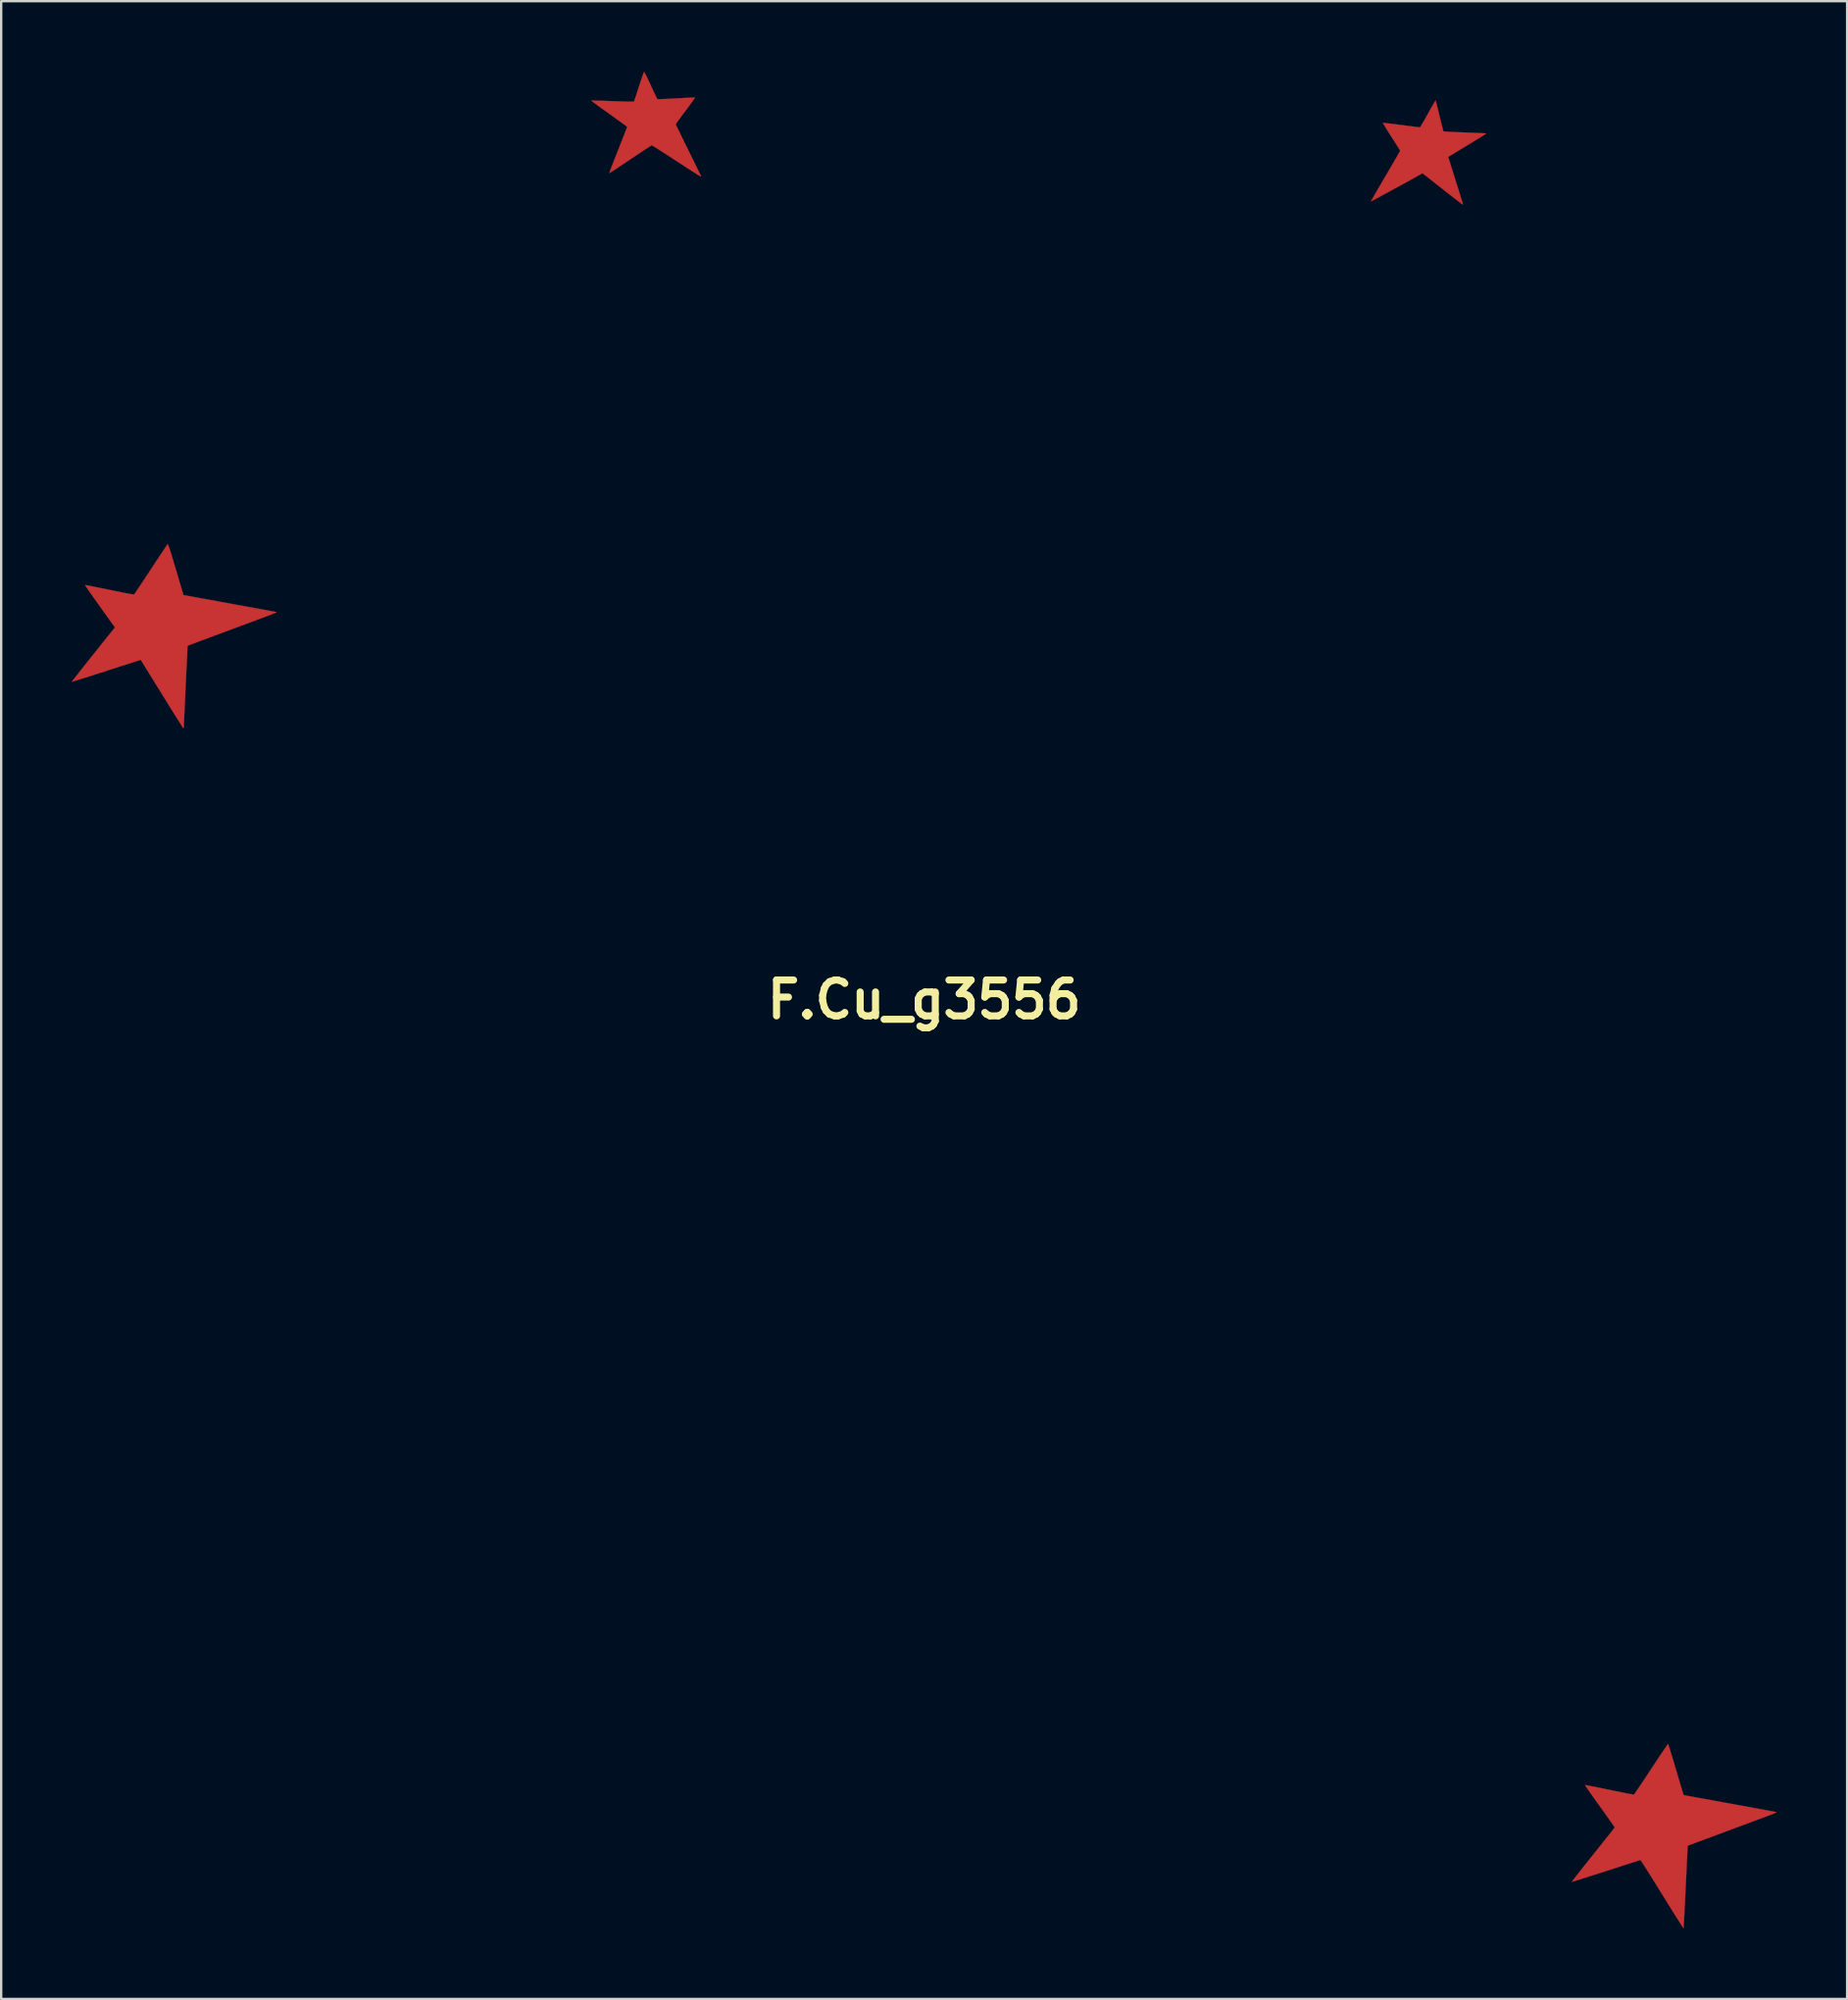
<source format=kicad_pcb>
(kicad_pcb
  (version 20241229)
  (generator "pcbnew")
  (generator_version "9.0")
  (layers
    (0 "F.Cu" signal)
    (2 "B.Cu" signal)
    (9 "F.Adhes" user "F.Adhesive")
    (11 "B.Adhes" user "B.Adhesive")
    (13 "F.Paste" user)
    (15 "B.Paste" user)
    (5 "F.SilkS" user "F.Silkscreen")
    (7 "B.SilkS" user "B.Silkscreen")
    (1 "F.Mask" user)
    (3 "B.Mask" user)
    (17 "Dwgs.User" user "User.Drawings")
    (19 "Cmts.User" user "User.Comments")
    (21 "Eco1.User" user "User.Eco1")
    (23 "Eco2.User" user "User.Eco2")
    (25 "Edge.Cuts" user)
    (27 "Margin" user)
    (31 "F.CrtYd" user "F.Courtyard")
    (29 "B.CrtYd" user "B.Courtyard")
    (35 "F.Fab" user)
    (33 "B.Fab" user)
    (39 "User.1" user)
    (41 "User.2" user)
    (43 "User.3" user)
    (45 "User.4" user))
  (footprint "F.Cu_g3556"
    (layer "F.Cu")
    (at 36.239 39.446)
    (property "Reference" "F.Cu_g3556" (at 0 0 0) (layer "F.SilkS") (effects (font (size 1.524 1.524) (thickness 0.3))))
    (attr through_hole)
    (fp_poly (pts (xy -32.157 -19.36) (xy -32.144 -19.34) (xy -32.126 -19.298) (xy -32.103 -19.232) (xy -32.072 -19.14) (xy -32.033 -19.019) (xy -31.986 -18.866) (xy -31.93 -18.679) (xy -31.863 -18.456) (xy -31.815 -18.294) (xy -31.49 -17.198) (xy -29.519 -16.84) (xy -29.236 -16.788) (xy -28.965 -16.739) (xy -28.709 -16.692) (xy -28.471 -16.649) (xy -28.253 -16.609) (xy -28.059 -16.573) (xy -27.891 -16.542) (xy -27.753 -16.516) (xy -27.647 -16.496) (xy -27.575 -16.482) (xy -27.542 -16.475) (xy -27.54 -16.475) (xy -27.541 -16.457) (xy -27.562 -16.448) (xy -27.62 -16.426) (xy -27.712 -16.391) (xy -27.835 -16.344) (xy -27.987 -16.287) (xy -28.165 -16.221) (xy -28.365 -16.146) (xy -28.586 -16.063) (xy -28.824 -15.974) (xy -29.077 -15.88) (xy -29.341 -15.782) (xy -29.381 -15.767) (xy -29.648 -15.668) (xy -29.905 -15.573) (xy -30.148 -15.482) (xy -30.374 -15.398) (xy -30.582 -15.32) (xy -30.767 -15.251) (xy -30.928 -15.191) (xy -31.06 -15.141) (xy -31.162 -15.102) (xy -31.23 -15.076) (xy -31.262 -15.064) (xy -31.263 -15.063) (xy -31.316 -15.038) (xy -31.394 -13.398) (xy -31.407 -13.136) (xy -31.418 -12.883) (xy -31.43 -12.645) (xy -31.44 -12.423) (xy -31.449 -12.222) (xy -31.457 -12.045) (xy -31.464 -11.896) (xy -31.469 -11.778) (xy -31.472 -11.695) (xy -31.473 -11.65) (xy -31.474 -11.647) (xy -31.477 -11.585) (xy -31.484 -11.545) (xy -31.491 -11.536) (xy -31.504 -11.554) (xy -31.538 -11.605) (xy -31.591 -11.687) (xy -31.66 -11.797) (xy -31.746 -11.932) (xy -31.845 -12.089) (xy -31.956 -12.267) (xy -32.077 -12.461) (xy -32.207 -12.671) (xy -32.344 -12.892) (xy -32.407 -12.993) (xy -33.307 -14.448) (xy -34.765 -13.977) (xy -35.004 -13.9) (xy -35.231 -13.827) (xy -35.442 -13.759) (xy -35.636 -13.698) (xy -35.808 -13.644) (xy -35.955 -13.597) (xy -36.074 -13.561) (xy -36.163 -13.534) (xy -36.217 -13.518) (xy -36.234 -13.515) (xy -36.222 -13.532) (xy -36.186 -13.58) (xy -36.128 -13.656) (xy -36.05 -13.756) (xy -35.954 -13.879) (xy -35.841 -14.022) (xy -35.715 -14.181) (xy -35.577 -14.355) (xy -35.429 -14.541) (xy -35.323 -14.674) (xy -34.402 -15.824) (xy -35.045 -16.722) (xy -35.168 -16.895) (xy -35.283 -17.056) (xy -35.387 -17.204) (xy -35.478 -17.335) (xy -35.554 -17.445) (xy -35.613 -17.532) (xy -35.652 -17.593) (xy -35.67 -17.623) (xy -35.671 -17.627) (xy -35.647 -17.624) (xy -35.586 -17.613) (xy -35.492 -17.595) (xy -35.368 -17.571) (xy -35.219 -17.541) (xy -35.049 -17.506) (xy -34.861 -17.468) (xy -34.661 -17.427) (xy -34.629 -17.42) (xy -34.388 -17.37) (xy -34.185 -17.329) (xy -34.018 -17.296) (xy -33.883 -17.27) (xy -33.777 -17.251) (xy -33.697 -17.238) (xy -33.64 -17.231) (xy -33.603 -17.229) (xy -33.583 -17.232) (xy -33.578 -17.235) (xy -33.562 -17.257) (xy -33.525 -17.311) (xy -33.469 -17.395) (xy -33.396 -17.504) (xy -33.309 -17.635) (xy -33.209 -17.787) (xy -33.098 -17.954) (xy -32.979 -18.134) (xy -32.871 -18.299) (xy -32.747 -18.488) (xy -32.629 -18.666) (xy -32.52 -18.832) (xy -32.422 -18.98) (xy -32.336 -19.109) (xy -32.265 -19.215) (xy -32.212 -19.295) (xy -32.178 -19.345) (xy -32.165 -19.362) (xy -32.157 -19.36)) (stroke (width 0.01) (type solid)) (fill yes) (layer "F.Cu"))
    (fp_poly (pts (xy 21.747 -38.207) (xy 21.762 -38.151) (xy 21.786 -38.064) (xy 21.815 -37.95) (xy 21.848 -37.814) (xy 21.885 -37.662) (xy 21.906 -37.576) (xy 21.945 -37.416) (xy 21.98 -37.27) (xy 22.012 -37.142) (xy 22.039 -37.037) (xy 22.059 -36.961) (xy 22.072 -36.919) (xy 22.075 -36.911) (xy 22.098 -36.908) (xy 22.159 -36.903) (xy 22.253 -36.897) (xy 22.377 -36.89) (xy 22.525 -36.883) (xy 22.693 -36.876) (xy 22.877 -36.868) (xy 22.985 -36.864) (xy 23.176 -36.857) (xy 23.353 -36.85) (xy 23.512 -36.843) (xy 23.649 -36.837) (xy 23.76 -36.831) (xy 23.839 -36.827) (xy 23.883 -36.823) (xy 23.891 -36.822) (xy 23.876 -36.809) (xy 23.828 -36.778) (xy 23.753 -36.729) (xy 23.655 -36.667) (xy 23.537 -36.594) (xy 23.404 -36.512) (xy 23.332 -36.468) (xy 23.178 -36.374) (xy 23.022 -36.28) (xy 22.873 -36.189) (xy 22.737 -36.106) (xy 22.621 -36.035) (xy 22.533 -35.982) (xy 22.52 -35.974) (xy 22.276 -35.825) (xy 22.589 -34.83) (xy 22.651 -34.633) (xy 22.708 -34.449) (xy 22.761 -34.28) (xy 22.807 -34.132) (xy 22.845 -34.008) (xy 22.875 -33.912) (xy 22.894 -33.848) (xy 22.902 -33.82) (xy 22.902 -33.819) (xy 22.887 -33.805) (xy 22.886 -33.805) (xy 22.867 -33.818) (xy 22.818 -33.855) (xy 22.742 -33.913) (xy 22.642 -33.99) (xy 22.522 -34.083) (xy 22.384 -34.19) (xy 22.233 -34.308) (xy 22.071 -34.435) (xy 22.027 -34.47) (xy 21.183 -35.133) (xy 21.117 -35.094) (xy 21.045 -35.054) (xy 20.947 -34.999) (xy 20.826 -34.932) (xy 20.687 -34.855) (xy 20.533 -34.77) (xy 20.368 -34.679) (xy 20.197 -34.586) (xy 20.023 -34.491) (xy 19.85 -34.396) (xy 19.683 -34.305) (xy 19.525 -34.22) (xy 19.381 -34.141) (xy 19.253 -34.072) (xy 19.147 -34.015) (xy 19.066 -33.972) (xy 19.013 -33.945) (xy 18.995 -33.936) (xy 18.995 -33.936) (xy 19.004 -33.955) (xy 19.032 -34.008) (xy 19.079 -34.09) (xy 19.141 -34.199) (xy 19.217 -34.332) (xy 19.306 -34.485) (xy 19.405 -34.655) (xy 19.513 -34.839) (xy 19.611 -35.007) (xy 19.725 -35.201) (xy 19.832 -35.384) (xy 19.93 -35.553) (xy 20.018 -35.704) (xy 20.094 -35.835) (xy 20.155 -35.942) (xy 20.2 -36.022) (xy 20.228 -36.071) (xy 20.235 -36.087) (xy 20.224 -36.108) (xy 20.193 -36.161) (xy 20.144 -36.24) (xy 20.08 -36.342) (xy 20.004 -36.461) (xy 19.919 -36.595) (xy 19.864 -36.681) (xy 19.775 -36.821) (xy 19.694 -36.949) (xy 19.624 -37.061) (xy 19.568 -37.154) (xy 19.527 -37.222) (xy 19.506 -37.261) (xy 19.504 -37.27) (xy 19.527 -37.27) (xy 19.587 -37.265) (xy 19.679 -37.255) (xy 19.8 -37.241) (xy 19.943 -37.224) (xy 20.105 -37.204) (xy 20.28 -37.182) (xy 20.283 -37.182) (xy 20.459 -37.159) (xy 20.622 -37.138) (xy 20.767 -37.12) (xy 20.89 -37.105) (xy 20.985 -37.093) (xy 21.048 -37.086) (xy 21.074 -37.083) (xy 21.074 -37.083) (xy 21.09 -37.101) (xy 21.123 -37.152) (xy 21.171 -37.231) (xy 21.231 -37.334) (xy 21.301 -37.456) (xy 21.378 -37.592) (xy 21.413 -37.655) (xy 21.491 -37.797) (xy 21.563 -37.925) (xy 21.626 -38.037) (xy 21.677 -38.127) (xy 21.715 -38.19) (xy 21.736 -38.223) (xy 21.739 -38.227) (xy 21.747 -38.207)) (stroke (width 0.01) (type solid)) (fill yes) (layer "F.Cu"))
    (fp_poly (pts (xy -11.892 -39.422) (xy -11.863 -39.369) (xy -11.822 -39.287) (xy -11.77 -39.18) (xy -11.711 -39.055) (xy -11.645 -38.915) (xy -11.624 -38.87) (xy -11.558 -38.725) (xy -11.496 -38.593) (xy -11.442 -38.478) (xy -11.398 -38.385) (xy -11.366 -38.32) (xy -11.348 -38.287) (xy -11.346 -38.284) (xy -11.322 -38.281) (xy -11.26 -38.281) (xy -11.166 -38.283) (xy -11.044 -38.287) (xy -10.898 -38.293) (xy -10.734 -38.301) (xy -10.556 -38.311) (xy -10.542 -38.312) (xy -10.364 -38.322) (xy -10.199 -38.331) (xy -10.053 -38.338) (xy -9.929 -38.343) (xy -9.833 -38.347) (xy -9.77 -38.348) (xy -9.744 -38.347) (xy -9.744 -38.347) (xy -9.753 -38.328) (xy -9.786 -38.28) (xy -9.838 -38.206) (xy -9.907 -38.11) (xy -9.99 -37.997) (xy -10.084 -37.87) (xy -10.148 -37.785) (xy -10.248 -37.651) (xy -10.339 -37.528) (xy -10.419 -37.419) (xy -10.484 -37.33) (xy -10.531 -37.263) (xy -10.557 -37.223) (xy -10.562 -37.214) (xy -10.553 -37.192) (xy -10.527 -37.136) (xy -10.485 -37.048) (xy -10.43 -36.933) (xy -10.362 -36.793) (xy -10.284 -36.633) (xy -10.197 -36.455) (xy -10.103 -36.263) (xy -10.022 -36.1) (xy -9.924 -35.9) (xy -9.831 -35.711) (xy -9.746 -35.537) (xy -9.669 -35.382) (xy -9.604 -35.248) (xy -9.551 -35.139) (xy -9.512 -35.059) (xy -9.489 -35.01) (xy -9.483 -34.997) (xy -9.486 -34.993) (xy -9.496 -34.995) (xy -9.517 -35.004) (xy -9.551 -35.023) (xy -9.6 -35.052) (xy -9.668 -35.094) (xy -9.756 -35.149) (xy -9.867 -35.22) (xy -10.003 -35.309) (xy -10.168 -35.416) (xy -10.364 -35.543) (xy -10.537 -35.656) (xy -10.724 -35.778) (xy -10.901 -35.892) (xy -11.065 -35.998) (xy -11.212 -36.092) (xy -11.338 -36.173) (xy -11.442 -36.238) (xy -11.519 -36.286) (xy -11.566 -36.315) (xy -11.581 -36.322) (xy -11.602 -36.311) (xy -11.655 -36.278) (xy -11.736 -36.225) (xy -11.842 -36.156) (xy -11.97 -36.072) (xy -12.115 -35.976) (xy -12.275 -35.869) (xy -12.447 -35.754) (xy -12.489 -35.725) (xy -12.662 -35.609) (xy -12.825 -35.501) (xy -12.973 -35.403) (xy -13.103 -35.317) (xy -13.213 -35.245) (xy -13.299 -35.19) (xy -13.357 -35.154) (xy -13.385 -35.139) (xy -13.386 -35.138) (xy -13.38 -35.159) (xy -13.36 -35.216) (xy -13.328 -35.304) (xy -13.283 -35.42) (xy -13.229 -35.56) (xy -13.167 -35.721) (xy -13.097 -35.898) (xy -13.022 -36.088) (xy -13.008 -36.121) (xy -12.932 -36.313) (xy -12.861 -36.493) (xy -12.797 -36.657) (xy -12.741 -36.802) (xy -12.695 -36.923) (xy -12.66 -37.017) (xy -12.637 -37.079) (xy -12.629 -37.107) (xy -12.629 -37.108) (xy -12.647 -37.123) (xy -12.696 -37.16) (xy -12.773 -37.216) (xy -12.874 -37.289) (xy -12.995 -37.377) (xy -13.133 -37.476) (xy -13.284 -37.584) (xy -13.399 -37.667) (xy -13.557 -37.78) (xy -13.704 -37.886) (xy -13.836 -37.981) (xy -13.949 -38.064) (xy -14.041 -38.132) (xy -14.107 -38.182) (xy -14.145 -38.213) (xy -14.153 -38.22) (xy -14.13 -38.222) (xy -14.07 -38.221) (xy -13.976 -38.219) (xy -13.853 -38.216) (xy -13.706 -38.212) (xy -13.538 -38.206) (xy -13.355 -38.2) (xy -13.249 -38.196) (xy -13.059 -38.189) (xy -12.881 -38.183) (xy -12.721 -38.179) (xy -12.583 -38.176) (xy -12.472 -38.175) (xy -12.392 -38.175) (xy -12.347 -38.177) (xy -12.339 -38.178) (xy -12.329 -38.202) (xy -12.308 -38.261) (xy -12.277 -38.35) (xy -12.239 -38.465) (xy -12.194 -38.6) (xy -12.146 -38.75) (xy -12.123 -38.82) (xy -12.074 -38.974) (xy -12.027 -39.114) (xy -11.986 -39.235) (xy -11.951 -39.332) (xy -11.925 -39.401) (xy -11.908 -39.437) (xy -11.905 -39.441) (xy -11.892 -39.422)) (stroke (width 0.01) (type solid)) (fill yes) (layer "F.Cu"))
    (fp_poly (pts (xy 31.626 31.641) (xy 31.635 31.664) (xy 31.654 31.723) (xy 31.683 31.815) (xy 31.72 31.936) (xy 31.765 32.083) (xy 31.816 32.251) (xy 31.872 32.438) (xy 31.932 32.638) (xy 31.959 32.732) (xy 32.02 32.937) (xy 32.078 33.13) (xy 32.13 33.306) (xy 32.177 33.462) (xy 32.216 33.594) (xy 32.248 33.698) (xy 32.27 33.771) (xy 32.282 33.809) (xy 32.284 33.814) (xy 32.305 33.818) (xy 32.365 33.83) (xy 32.461 33.848) (xy 32.59 33.871) (xy 32.749 33.901) (xy 32.935 33.935) (xy 33.145 33.973) (xy 33.377 34.015) (xy 33.627 34.061) (xy 33.893 34.109) (xy 34.171 34.16) (xy 34.237 34.172) (xy 34.519 34.223) (xy 34.789 34.272) (xy 35.045 34.319) (xy 35.283 34.363) (xy 35.501 34.403) (xy 35.695 34.439) (xy 35.863 34.47) (xy 36.002 34.496) (xy 36.109 34.516) (xy 36.181 34.53) (xy 36.214 34.537) (xy 36.216 34.537) (xy 36.223 34.54) (xy 36.229 34.542) (xy 36.23 34.546) (xy 36.225 34.551) (xy 36.212 34.559) (xy 36.187 34.571) (xy 36.15 34.587) (xy 36.098 34.608) (xy 36.028 34.635) (xy 35.938 34.67) (xy 35.826 34.712) (xy 35.69 34.763) (xy 35.527 34.824) (xy 35.336 34.896) (xy 35.114 34.978) (xy 34.859 35.073) (xy 34.568 35.181) (xy 34.28 35.288) (xy 34.015 35.387) (xy 33.762 35.481) (xy 33.522 35.57) (xy 33.3 35.653) (xy 33.098 35.728) (xy 32.918 35.795) (xy 32.764 35.853) (xy 32.638 35.9) (xy 32.543 35.936) (xy 32.482 35.959) (xy 32.458 35.968) (xy 32.457 35.968) (xy 32.456 35.99) (xy 32.452 36.05) (xy 32.448 36.147) (xy 32.441 36.276) (xy 32.433 36.435) (xy 32.424 36.621) (xy 32.414 36.831) (xy 32.404 37.061) (xy 32.392 37.308) (xy 32.38 37.57) (xy 32.372 37.724) (xy 32.36 37.992) (xy 32.348 38.248) (xy 32.336 38.488) (xy 32.325 38.709) (xy 32.314 38.909) (xy 32.305 39.083) (xy 32.296 39.229) (xy 32.289 39.345) (xy 32.284 39.425) (xy 32.28 39.469) (xy 32.279 39.476) (xy 32.266 39.458) (xy 32.232 39.407) (xy 32.18 39.326) (xy 32.111 39.216) (xy 32.026 39.082) (xy 31.927 38.924) (xy 31.816 38.747) (xy 31.695 38.553) (xy 31.565 38.344) (xy 31.428 38.123) (xy 31.368 38.026) (xy 31.228 37.801) (xy 31.095 37.586) (xy 30.969 37.385) (xy 30.853 37.201) (xy 30.748 37.034) (xy 30.657 36.89) (xy 30.58 36.769) (xy 30.519 36.675) (xy 30.477 36.611) (xy 30.454 36.579) (xy 30.451 36.576) (xy 30.428 36.582) (xy 30.368 36.601) (xy 30.275 36.63) (xy 30.151 36.669) (xy 29.999 36.718) (xy 29.824 36.774) (xy 29.628 36.837) (xy 29.414 36.906) (xy 29.186 36.979) (xy 28.991 37.042) (xy 28.754 37.119) (xy 28.529 37.191) (xy 28.318 37.259) (xy 28.126 37.32) (xy 27.955 37.374) (xy 27.809 37.42) (xy 27.69 37.457) (xy 27.603 37.484) (xy 27.551 37.499) (xy 27.535 37.502) (xy 27.546 37.485) (xy 27.581 37.438) (xy 27.638 37.363) (xy 27.715 37.263) (xy 27.811 37.141) (xy 27.922 36.999) (xy 28.048 36.84) (xy 28.186 36.666) (xy 28.333 36.481) (xy 28.439 36.349) (xy 28.593 36.157) (xy 28.738 35.975) (xy 28.873 35.805) (xy 28.996 35.65) (xy 29.105 35.513) (xy 29.197 35.397) (xy 29.27 35.303) (xy 29.323 35.236) (xy 29.352 35.197) (xy 29.358 35.188) (xy 29.346 35.169) (xy 29.312 35.118) (xy 29.257 35.04) (xy 29.185 34.938) (xy 29.097 34.814) (xy 28.996 34.672) (xy 28.884 34.515) (xy 28.764 34.346) (xy 28.721 34.287) (xy 28.598 34.115) (xy 28.484 33.954) (xy 28.38 33.807) (xy 28.288 33.677) (xy 28.212 33.567) (xy 28.152 33.481) (xy 28.113 33.421) (xy 28.094 33.391) (xy 28.094 33.389) (xy 28.116 33.391) (xy 28.175 33.401) (xy 28.268 33.418) (xy 28.39 33.442) (xy 28.538 33.471) (xy 28.707 33.505) (xy 28.894 33.543) (xy 29.094 33.585) (xy 29.127 33.591) (xy 29.33 33.633) (xy 29.52 33.672) (xy 29.693 33.707) (xy 29.846 33.737) (xy 29.975 33.762) (xy 30.075 33.78) (xy 30.142 33.792) (xy 30.172 33.796) (xy 30.173 33.795) (xy 30.189 33.777) (xy 30.225 33.726) (xy 30.28 33.645) (xy 30.353 33.538) (xy 30.44 33.409) (xy 30.54 33.259) (xy 30.651 33.092) (xy 30.77 32.911) (xy 30.896 32.719) (xy 30.904 32.707) (xy 31.03 32.516) (xy 31.149 32.335) (xy 31.26 32.169) (xy 31.36 32.021) (xy 31.447 31.892) (xy 31.519 31.787) (xy 31.574 31.708) (xy 31.611 31.659) (xy 31.626 31.641) (xy 31.626 31.641)) (stroke (width 0.01) (type solid)) (fill yes) (layer "F.Cu")))
  (gr_rect
    (start -3 -3)
    (end 75.474 81.927)
    (stroke (width 0.1) (type default))
    (fill no)
    (layer "Edge.Cuts")))
</source>
